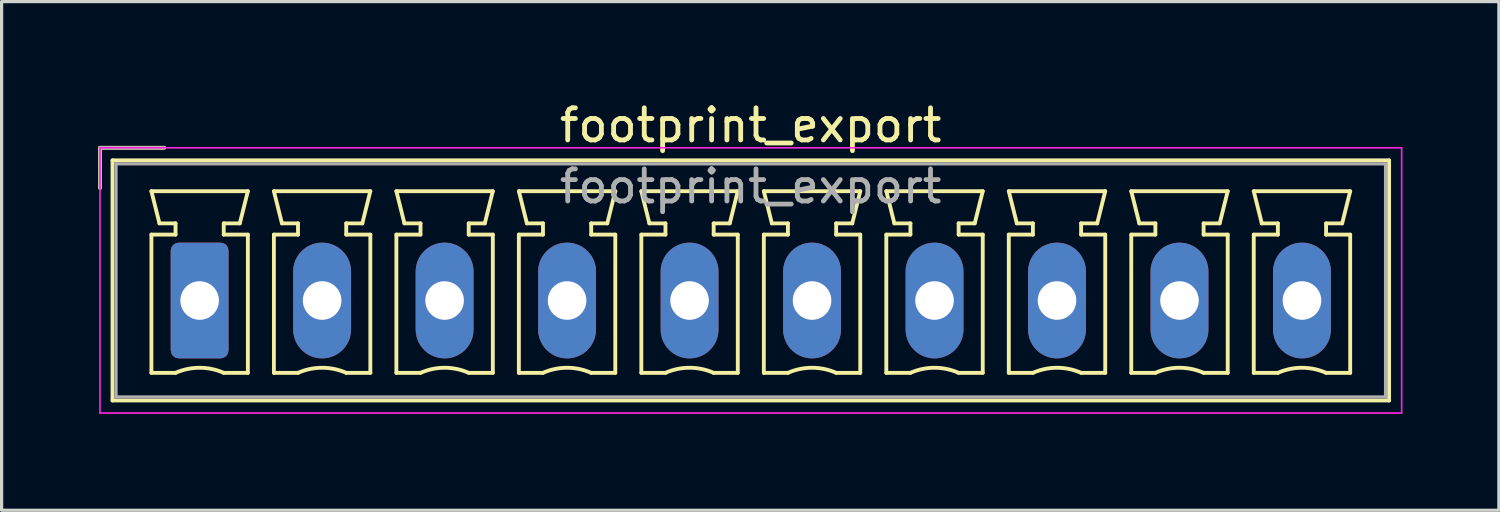
<source format=kicad_pcb>
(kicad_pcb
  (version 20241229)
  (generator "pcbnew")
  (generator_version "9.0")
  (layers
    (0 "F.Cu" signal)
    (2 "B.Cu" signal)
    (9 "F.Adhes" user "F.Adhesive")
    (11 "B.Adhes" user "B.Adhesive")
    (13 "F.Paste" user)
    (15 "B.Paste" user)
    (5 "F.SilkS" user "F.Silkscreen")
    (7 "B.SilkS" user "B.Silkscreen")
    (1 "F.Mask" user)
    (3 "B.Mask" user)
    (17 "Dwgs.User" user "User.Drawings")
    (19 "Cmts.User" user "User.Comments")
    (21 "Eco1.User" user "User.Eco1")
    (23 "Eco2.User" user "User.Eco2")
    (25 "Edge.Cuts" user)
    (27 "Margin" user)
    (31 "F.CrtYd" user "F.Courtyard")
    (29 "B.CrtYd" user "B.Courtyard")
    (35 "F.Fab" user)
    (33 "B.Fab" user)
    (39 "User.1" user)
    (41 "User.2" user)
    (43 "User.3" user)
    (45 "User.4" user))
  (footprint "footprint_export"
    (layer "F.Cu")
    (at 3.16 6.298)
    (property "Reference" "footprint_export" (at 17.14 -5.45 0) (layer "F.SilkS") (effects (font (size 1 1) (thickness 0.15))))
    (attr through_hole)
    (fp_line (start -3.1 -4.75) (end -1.1 -4.75) (stroke (width 0.12) (type solid)) (layer "F.SilkS"))
    (fp_line (start -3.1 -3.5) (end -3.1 -4.75) (stroke (width 0.12) (type solid)) (layer "F.SilkS"))
    (fp_line (start -2.71 -4.36) (end -2.71 3.11) (stroke (width 0.12) (type solid)) (layer "F.SilkS"))
    (fp_line (start -2.71 3.11) (end 37 3.11) (stroke (width 0.12) (type solid)) (layer "F.SilkS"))
    (fp_line (start -1.5 -3.4) (end 1.5 -3.4) (stroke (width 0.12) (type solid)) (layer "F.SilkS"))
    (fp_line (start -1.5 -2.05) (end -0.75 -2.05) (stroke (width 0.12) (type solid)) (layer "F.SilkS"))
    (fp_line (start -1.5 2.25) (end -1.5 -2.05) (stroke (width 0.12) (type solid)) (layer "F.SilkS"))
    (fp_line (start -1.25 -2.4) (end -1.5 -3.4) (stroke (width 0.12) (type solid)) (layer "F.SilkS"))
    (fp_line (start -0.75 -2.4) (end -1.25 -2.4) (stroke (width 0.12) (type solid)) (layer "F.SilkS"))
    (fp_line (start -0.75 -2.05) (end -0.75 -2.4) (stroke (width 0.12) (type solid)) (layer "F.SilkS"))
    (fp_line (start -0.75 2.25) (end -1.5 2.25) (stroke (width 0.12) (type solid)) (layer "F.SilkS"))
    (fp_line (start 0.75 -2.4) (end 0.75 -2.05) (stroke (width 0.12) (type solid)) (layer "F.SilkS"))
    (fp_line (start 0.75 -2.05) (end 1.5 -2.05) (stroke (width 0.12) (type solid)) (layer "F.SilkS"))
    (fp_line (start 1.25 -2.4) (end 0.75 -2.4) (stroke (width 0.12) (type solid)) (layer "F.SilkS"))
    (fp_line (start 1.5 -3.4) (end 1.25 -2.4) (stroke (width 0.12) (type solid)) (layer "F.SilkS"))
    (fp_line (start 1.5 -2.05) (end 1.5 2.25) (stroke (width 0.12) (type solid)) (layer "F.SilkS"))
    (fp_line (start 1.5 2.25) (end 0.75 2.25) (stroke (width 0.12) (type solid)) (layer "F.SilkS"))
    (fp_line (start 2.31 -3.4) (end 5.31 -3.4) (stroke (width 0.12) (type solid)) (layer "F.SilkS"))
    (fp_line (start 2.31 -2.05) (end 3.06 -2.05) (stroke (width 0.12) (type solid)) (layer "F.SilkS"))
    (fp_line (start 2.31 2.25) (end 2.31 -2.05) (stroke (width 0.12) (type solid)) (layer "F.SilkS"))
    (fp_line (start 2.56 -2.4) (end 2.31 -3.4) (stroke (width 0.12) (type solid)) (layer "F.SilkS"))
    (fp_line (start 3.06 -2.4) (end 2.56 -2.4) (stroke (width 0.12) (type solid)) (layer "F.SilkS"))
    (fp_line (start 3.06 -2.05) (end 3.06 -2.4) (stroke (width 0.12) (type solid)) (layer "F.SilkS"))
    (fp_line (start 3.06 2.25) (end 2.31 2.25) (stroke (width 0.12) (type solid)) (layer "F.SilkS"))
    (fp_line (start 4.56 -2.4) (end 4.56 -2.05) (stroke (width 0.12) (type solid)) (layer "F.SilkS"))
    (fp_line (start 4.56 -2.05) (end 5.31 -2.05) (stroke (width 0.12) (type solid)) (layer "F.SilkS"))
    (fp_line (start 5.06 -2.4) (end 4.56 -2.4) (stroke (width 0.12) (type solid)) (layer "F.SilkS"))
    (fp_line (start 5.31 -3.4) (end 5.06 -2.4) (stroke (width 0.12) (type solid)) (layer "F.SilkS"))
    (fp_line (start 5.31 -2.05) (end 5.31 2.25) (stroke (width 0.12) (type solid)) (layer "F.SilkS"))
    (fp_line (start 5.31 2.25) (end 4.56 2.25) (stroke (width 0.12) (type solid)) (layer "F.SilkS"))
    (fp_line (start 6.12 -3.4) (end 9.12 -3.4) (stroke (width 0.12) (type solid)) (layer "F.SilkS"))
    (fp_line (start 6.12 -2.05) (end 6.87 -2.05) (stroke (width 0.12) (type solid)) (layer "F.SilkS"))
    (fp_line (start 6.12 2.25) (end 6.12 -2.05) (stroke (width 0.12) (type solid)) (layer "F.SilkS"))
    (fp_line (start 6.37 -2.4) (end 6.12 -3.4) (stroke (width 0.12) (type solid)) (layer "F.SilkS"))
    (fp_line (start 6.87 -2.4) (end 6.37 -2.4) (stroke (width 0.12) (type solid)) (layer "F.SilkS"))
    (fp_line (start 6.87 -2.05) (end 6.87 -2.4) (stroke (width 0.12) (type solid)) (layer "F.SilkS"))
    (fp_line (start 6.87 2.25) (end 6.12 2.25) (stroke (width 0.12) (type solid)) (layer "F.SilkS"))
    (fp_line (start 8.37 -2.4) (end 8.37 -2.05) (stroke (width 0.12) (type solid)) (layer "F.SilkS"))
    (fp_line (start 8.37 -2.05) (end 9.12 -2.05) (stroke (width 0.12) (type solid)) (layer "F.SilkS"))
    (fp_line (start 8.87 -2.4) (end 8.37 -2.4) (stroke (width 0.12) (type solid)) (layer "F.SilkS"))
    (fp_line (start 9.12 -3.4) (end 8.87 -2.4) (stroke (width 0.12) (type solid)) (layer "F.SilkS"))
    (fp_line (start 9.12 -2.05) (end 9.12 2.25) (stroke (width 0.12) (type solid)) (layer "F.SilkS"))
    (fp_line (start 9.12 2.25) (end 8.37 2.25) (stroke (width 0.12) (type solid)) (layer "F.SilkS"))
    (fp_line (start 9.93 -3.4) (end 12.93 -3.4) (stroke (width 0.12) (type solid)) (layer "F.SilkS"))
    (fp_line (start 9.93 -2.05) (end 10.68 -2.05) (stroke (width 0.12) (type solid)) (layer "F.SilkS"))
    (fp_line (start 9.93 2.25) (end 9.93 -2.05) (stroke (width 0.12) (type solid)) (layer "F.SilkS"))
    (fp_line (start 10.18 -2.4) (end 9.93 -3.4) (stroke (width 0.12) (type solid)) (layer "F.SilkS"))
    (fp_line (start 10.68 -2.4) (end 10.18 -2.4) (stroke (width 0.12) (type solid)) (layer "F.SilkS"))
    (fp_line (start 10.68 -2.05) (end 10.68 -2.4) (stroke (width 0.12) (type solid)) (layer "F.SilkS"))
    (fp_line (start 10.68 2.25) (end 9.93 2.25) (stroke (width 0.12) (type solid)) (layer "F.SilkS"))
    (fp_line (start 12.18 -2.4) (end 12.18 -2.05) (stroke (width 0.12) (type solid)) (layer "F.SilkS"))
    (fp_line (start 12.18 -2.05) (end 12.93 -2.05) (stroke (width 0.12) (type solid)) (layer "F.SilkS"))
    (fp_line (start 12.68 -2.4) (end 12.18 -2.4) (stroke (width 0.12) (type solid)) (layer "F.SilkS"))
    (fp_line (start 12.93 -3.4) (end 12.68 -2.4) (stroke (width 0.12) (type solid)) (layer "F.SilkS"))
    (fp_line (start 12.93 -2.05) (end 12.93 2.25) (stroke (width 0.12) (type solid)) (layer "F.SilkS"))
    (fp_line (start 12.93 2.25) (end 12.18 2.25) (stroke (width 0.12) (type solid)) (layer "F.SilkS"))
    (fp_line (start 13.74 -3.4) (end 16.74 -3.4) (stroke (width 0.12) (type solid)) (layer "F.SilkS"))
    (fp_line (start 13.74 -2.05) (end 14.49 -2.05) (stroke (width 0.12) (type solid)) (layer "F.SilkS"))
    (fp_line (start 13.74 2.25) (end 13.74 -2.05) (stroke (width 0.12) (type solid)) (layer "F.SilkS"))
    (fp_line (start 13.99 -2.4) (end 13.74 -3.4) (stroke (width 0.12) (type solid)) (layer "F.SilkS"))
    (fp_line (start 14.49 -2.4) (end 13.99 -2.4) (stroke (width 0.12) (type solid)) (layer "F.SilkS"))
    (fp_line (start 14.49 -2.05) (end 14.49 -2.4) (stroke (width 0.12) (type solid)) (layer "F.SilkS"))
    (fp_line (start 14.49 2.25) (end 13.74 2.25) (stroke (width 0.12) (type solid)) (layer "F.SilkS"))
    (fp_line (start 15.99 -2.4) (end 15.99 -2.05) (stroke (width 0.12) (type solid)) (layer "F.SilkS"))
    (fp_line (start 15.99 -2.05) (end 16.74 -2.05) (stroke (width 0.12) (type solid)) (layer "F.SilkS"))
    (fp_line (start 16.49 -2.4) (end 15.99 -2.4) (stroke (width 0.12) (type solid)) (layer "F.SilkS"))
    (fp_line (start 16.74 -3.4) (end 16.49 -2.4) (stroke (width 0.12) (type solid)) (layer "F.SilkS"))
    (fp_line (start 16.74 -2.05) (end 16.74 2.25) (stroke (width 0.12) (type solid)) (layer "F.SilkS"))
    (fp_line (start 16.74 2.25) (end 15.99 2.25) (stroke (width 0.12) (type solid)) (layer "F.SilkS"))
    (fp_line (start 17.55 -3.4) (end 20.55 -3.4) (stroke (width 0.12) (type solid)) (layer "F.SilkS"))
    (fp_line (start 17.55 -2.05) (end 18.3 -2.05) (stroke (width 0.12) (type solid)) (layer "F.SilkS"))
    (fp_line (start 17.55 2.25) (end 17.55 -2.05) (stroke (width 0.12) (type solid)) (layer "F.SilkS"))
    (fp_line (start 17.8 -2.4) (end 17.55 -3.4) (stroke (width 0.12) (type solid)) (layer "F.SilkS"))
    (fp_line (start 18.3 -2.4) (end 17.8 -2.4) (stroke (width 0.12) (type solid)) (layer "F.SilkS"))
    (fp_line (start 18.3 -2.05) (end 18.3 -2.4) (stroke (width 0.12) (type solid)) (layer "F.SilkS"))
    (fp_line (start 18.3 2.25) (end 17.55 2.25) (stroke (width 0.12) (type solid)) (layer "F.SilkS"))
    (fp_line (start 19.8 -2.4) (end 19.8 -2.05) (stroke (width 0.12) (type solid)) (layer "F.SilkS"))
    (fp_line (start 19.8 -2.05) (end 20.55 -2.05) (stroke (width 0.12) (type solid)) (layer "F.SilkS"))
    (fp_line (start 20.3 -2.4) (end 19.8 -2.4) (stroke (width 0.12) (type solid)) (layer "F.SilkS"))
    (fp_line (start 20.55 -3.4) (end 20.3 -2.4) (stroke (width 0.12) (type solid)) (layer "F.SilkS"))
    (fp_line (start 20.55 -2.05) (end 20.55 2.25) (stroke (width 0.12) (type solid)) (layer "F.SilkS"))
    (fp_line (start 20.55 2.25) (end 19.8 2.25) (stroke (width 0.12) (type solid)) (layer "F.SilkS"))
    (fp_line (start 21.36 -3.4) (end 24.36 -3.4) (stroke (width 0.12) (type solid)) (layer "F.SilkS"))
    (fp_line (start 21.36 -2.05) (end 22.11 -2.05) (stroke (width 0.12) (type solid)) (layer "F.SilkS"))
    (fp_line (start 21.36 2.25) (end 21.36 -2.05) (stroke (width 0.12) (type solid)) (layer "F.SilkS"))
    (fp_line (start 21.61 -2.4) (end 21.36 -3.4) (stroke (width 0.12) (type solid)) (layer "F.SilkS"))
    (fp_line (start 22.11 -2.4) (end 21.61 -2.4) (stroke (width 0.12) (type solid)) (layer "F.SilkS"))
    (fp_line (start 22.11 -2.05) (end 22.11 -2.4) (stroke (width 0.12) (type solid)) (layer "F.SilkS"))
    (fp_line (start 22.11 2.25) (end 21.36 2.25) (stroke (width 0.12) (type solid)) (layer "F.SilkS"))
    (fp_line (start 23.61 -2.4) (end 23.61 -2.05) (stroke (width 0.12) (type solid)) (layer "F.SilkS"))
    (fp_line (start 23.61 -2.05) (end 24.36 -2.05) (stroke (width 0.12) (type solid)) (layer "F.SilkS"))
    (fp_line (start 24.11 -2.4) (end 23.61 -2.4) (stroke (width 0.12) (type solid)) (layer "F.SilkS"))
    (fp_line (start 24.36 -3.4) (end 24.11 -2.4) (stroke (width 0.12) (type solid)) (layer "F.SilkS"))
    (fp_line (start 24.36 -2.05) (end 24.36 2.25) (stroke (width 0.12) (type solid)) (layer "F.SilkS"))
    (fp_line (start 24.36 2.25) (end 23.61 2.25) (stroke (width 0.12) (type solid)) (layer "F.SilkS"))
    (fp_line (start 25.17 -3.4) (end 28.17 -3.4) (stroke (width 0.12) (type solid)) (layer "F.SilkS"))
    (fp_line (start 25.17 -2.05) (end 25.92 -2.05) (stroke (width 0.12) (type solid)) (layer "F.SilkS"))
    (fp_line (start 25.17 2.25) (end 25.17 -2.05) (stroke (width 0.12) (type solid)) (layer "F.SilkS"))
    (fp_line (start 25.42 -2.4) (end 25.17 -3.4) (stroke (width 0.12) (type solid)) (layer "F.SilkS"))
    (fp_line (start 25.92 -2.4) (end 25.42 -2.4) (stroke (width 0.12) (type solid)) (layer "F.SilkS"))
    (fp_line (start 25.92 -2.05) (end 25.92 -2.4) (stroke (width 0.12) (type solid)) (layer "F.SilkS"))
    (fp_line (start 25.92 2.25) (end 25.17 2.25) (stroke (width 0.12) (type solid)) (layer "F.SilkS"))
    (fp_line (start 27.42 -2.4) (end 27.42 -2.05) (stroke (width 0.12) (type solid)) (layer "F.SilkS"))
    (fp_line (start 27.42 -2.05) (end 28.17 -2.05) (stroke (width 0.12) (type solid)) (layer "F.SilkS"))
    (fp_line (start 27.92 -2.4) (end 27.42 -2.4) (stroke (width 0.12) (type solid)) (layer "F.SilkS"))
    (fp_line (start 28.17 -3.4) (end 27.92 -2.4) (stroke (width 0.12) (type solid)) (layer "F.SilkS"))
    (fp_line (start 28.17 -2.05) (end 28.17 2.25) (stroke (width 0.12) (type solid)) (layer "F.SilkS"))
    (fp_line (start 28.17 2.25) (end 27.42 2.25) (stroke (width 0.12) (type solid)) (layer "F.SilkS"))
    (fp_line (start 28.98 -3.4) (end 31.98 -3.4) (stroke (width 0.12) (type solid)) (layer "F.SilkS"))
    (fp_line (start 28.98 -2.05) (end 29.73 -2.05) (stroke (width 0.12) (type solid)) (layer "F.SilkS"))
    (fp_line (start 28.98 2.25) (end 28.98 -2.05) (stroke (width 0.12) (type solid)) (layer "F.SilkS"))
    (fp_line (start 29.23 -2.4) (end 28.98 -3.4) (stroke (width 0.12) (type solid)) (layer "F.SilkS"))
    (fp_line (start 29.73 -2.4) (end 29.23 -2.4) (stroke (width 0.12) (type solid)) (layer "F.SilkS"))
    (fp_line (start 29.73 -2.05) (end 29.73 -2.4) (stroke (width 0.12) (type solid)) (layer "F.SilkS"))
    (fp_line (start 29.73 2.25) (end 28.98 2.25) (stroke (width 0.12) (type solid)) (layer "F.SilkS"))
    (fp_line (start 31.23 -2.4) (end 31.23 -2.05) (stroke (width 0.12) (type solid)) (layer "F.SilkS"))
    (fp_line (start 31.23 -2.05) (end 31.98 -2.05) (stroke (width 0.12) (type solid)) (layer "F.SilkS"))
    (fp_line (start 31.73 -2.4) (end 31.23 -2.4) (stroke (width 0.12) (type solid)) (layer "F.SilkS"))
    (fp_line (start 31.98 -3.4) (end 31.73 -2.4) (stroke (width 0.12) (type solid)) (layer "F.SilkS"))
    (fp_line (start 31.98 -2.05) (end 31.98 2.25) (stroke (width 0.12) (type solid)) (layer "F.SilkS"))
    (fp_line (start 31.98 2.25) (end 31.23 2.25) (stroke (width 0.12) (type solid)) (layer "F.SilkS"))
    (fp_line (start 32.79 -3.4) (end 35.79 -3.4) (stroke (width 0.12) (type solid)) (layer "F.SilkS"))
    (fp_line (start 32.79 -2.05) (end 33.54 -2.05) (stroke (width 0.12) (type solid)) (layer "F.SilkS"))
    (fp_line (start 32.79 2.25) (end 32.79 -2.05) (stroke (width 0.12) (type solid)) (layer "F.SilkS"))
    (fp_line (start 33.04 -2.4) (end 32.79 -3.4) (stroke (width 0.12) (type solid)) (layer "F.SilkS"))
    (fp_line (start 33.54 -2.4) (end 33.04 -2.4) (stroke (width 0.12) (type solid)) (layer "F.SilkS"))
    (fp_line (start 33.54 -2.05) (end 33.54 -2.4) (stroke (width 0.12) (type solid)) (layer "F.SilkS"))
    (fp_line (start 33.54 2.25) (end 32.79 2.25) (stroke (width 0.12) (type solid)) (layer "F.SilkS"))
    (fp_line (start 35.04 -2.4) (end 35.04 -2.05) (stroke (width 0.12) (type solid)) (layer "F.SilkS"))
    (fp_line (start 35.04 -2.05) (end 35.79 -2.05) (stroke (width 0.12) (type solid)) (layer "F.SilkS"))
    (fp_line (start 35.54 -2.4) (end 35.04 -2.4) (stroke (width 0.12) (type solid)) (layer "F.SilkS"))
    (fp_line (start 35.79 -3.4) (end 35.54 -2.4) (stroke (width 0.12) (type solid)) (layer "F.SilkS"))
    (fp_line (start 35.79 -2.05) (end 35.79 2.25) (stroke (width 0.12) (type solid)) (layer "F.SilkS"))
    (fp_line (start 35.79 2.25) (end 35.04 2.25) (stroke (width 0.12) (type solid)) (layer "F.SilkS"))
    (fp_line (start 37 -4.36) (end -2.71 -4.36) (stroke (width 0.12) (type solid)) (layer "F.SilkS"))
    (fp_line (start 37 3.11) (end 37 -4.36) (stroke (width 0.12) (type solid)) (layer "F.SilkS"))
    (fp_arc (start -0.75 2.25) (mid -0.000193 2.09191) (end 0.749647 2.249844) (stroke (width 0.12) (type solid)) (layer "F.SilkS"))
    (fp_arc (start 3.06 2.25) (mid 3.809807 2.09191) (end 4.559647 2.249844) (stroke (width 0.12) (type solid)) (layer "F.SilkS"))
    (fp_arc (start 6.87 2.25) (mid 7.619807 2.09191) (end 8.369647 2.249844) (stroke (width 0.12) (type solid)) (layer "F.SilkS"))
    (fp_arc (start 10.68 2.25) (mid 11.429807 2.09191) (end 12.179647 2.249844) (stroke (width 0.12) (type solid)) (layer "F.SilkS"))
    (fp_arc (start 14.49 2.25) (mid 15.239807 2.09191) (end 15.989647 2.249844) (stroke (width 0.12) (type solid)) (layer "F.SilkS"))
    (fp_arc (start 18.3 2.25) (mid 19.049807 2.09191) (end 19.799647 2.249844) (stroke (width 0.12) (type solid)) (layer "F.SilkS"))
    (fp_arc (start 22.11 2.25) (mid 22.859807 2.09191) (end 23.609647 2.249844) (stroke (width 0.12) (type solid)) (layer "F.SilkS"))
    (fp_arc (start 25.92 2.25) (mid 26.669807 2.09191) (end 27.419647 2.249844) (stroke (width 0.12) (type solid)) (layer "F.SilkS"))
    (fp_arc (start 29.73 2.25) (mid 30.479807 2.09191) (end 31.229647 2.249844) (stroke (width 0.12) (type solid)) (layer "F.SilkS"))
    (fp_arc (start 33.54 2.25) (mid 34.289807 2.09191) (end 35.039647 2.249844) (stroke (width 0.12) (type solid)) (layer "F.SilkS"))
    (fp_line (start -3.1 -4.75) (end -3.1 3.5) (stroke (width 0.05) (type solid)) (layer "F.CrtYd"))
    (fp_line (start -3.1 3.5) (end 37.39 3.5) (stroke (width 0.05) (type solid)) (layer "F.CrtYd"))
    (fp_line (start 37.39 -4.75) (end -3.1 -4.75) (stroke (width 0.05) (type solid)) (layer "F.CrtYd"))
    (fp_line (start 37.39 3.5) (end 37.39 -4.75) (stroke (width 0.05) (type solid)) (layer "F.CrtYd"))
    (fp_line (start -3.1 -4.75) (end -1.1 -4.75) (stroke (width 0.1) (type solid)) (layer "F.Fab"))
    (fp_line (start -3.1 -3.5) (end -3.1 -4.75) (stroke (width 0.1) (type solid)) (layer "F.Fab"))
    (fp_line (start -2.6 -4.25) (end -2.6 3) (stroke (width 0.1) (type solid)) (layer "F.Fab"))
    (fp_line (start -2.6 3) (end 36.89 3) (stroke (width 0.1) (type solid)) (layer "F.Fab"))
    (fp_line (start 36.89 -4.25) (end -2.6 -4.25) (stroke (width 0.1) (type solid)) (layer "F.Fab"))
    (fp_line (start 36.89 3) (end 36.89 -4.25) (stroke (width 0.1) (type solid)) (layer "F.Fab"))
    (fp_text user "${REFERENCE}" (at 17.14 -3.55 0) (layer "F.Fab") (effects (font (size 1 1) (thickness 0.15))))
    (pad "1" thru_hole roundrect (at 0 0) (size 1.8 3.6) (drill 1.2) (layers "*.Cu" "*.Mask") (roundrect_rratio 0.139))
    (pad "2" thru_hole oval (at 3.81 0) (size 1.8 3.6) (drill 1.2) (layers "*.Cu" "*.Mask"))
    (pad "3" thru_hole oval (at 7.62 0) (size 1.8 3.6) (drill 1.2) (layers "*.Cu" "*.Mask"))
    (pad "4" thru_hole oval (at 11.43 0) (size 1.8 3.6) (drill 1.2) (layers "*.Cu" "*.Mask"))
    (pad "5" thru_hole oval (at 15.24 0) (size 1.8 3.6) (drill 1.2) (layers "*.Cu" "*.Mask"))
    (pad "6" thru_hole oval (at 19.05 0) (size 1.8 3.6) (drill 1.2) (layers "*.Cu" "*.Mask"))
    (pad "7" thru_hole oval (at 22.86 0) (size 1.8 3.6) (drill 1.2) (layers "*.Cu" "*.Mask"))
    (pad "8" thru_hole oval (at 26.67 0) (size 1.8 3.6) (drill 1.2) (layers "*.Cu" "*.Mask"))
    (pad "9" thru_hole oval (at 30.48 0) (size 1.8 3.6) (drill 1.2) (layers "*.Cu" "*.Mask"))
    (pad "10" thru_hole oval (at 34.29 0) (size 1.8 3.6) (drill 1.2) (layers "*.Cu" "*.Mask")))
  (gr_rect
    (start -3 -3)
    (end 43.575 12.823)
    (stroke (width 0.1) (type default))
    (fill no)
    (layer "Edge.Cuts")))
</source>
